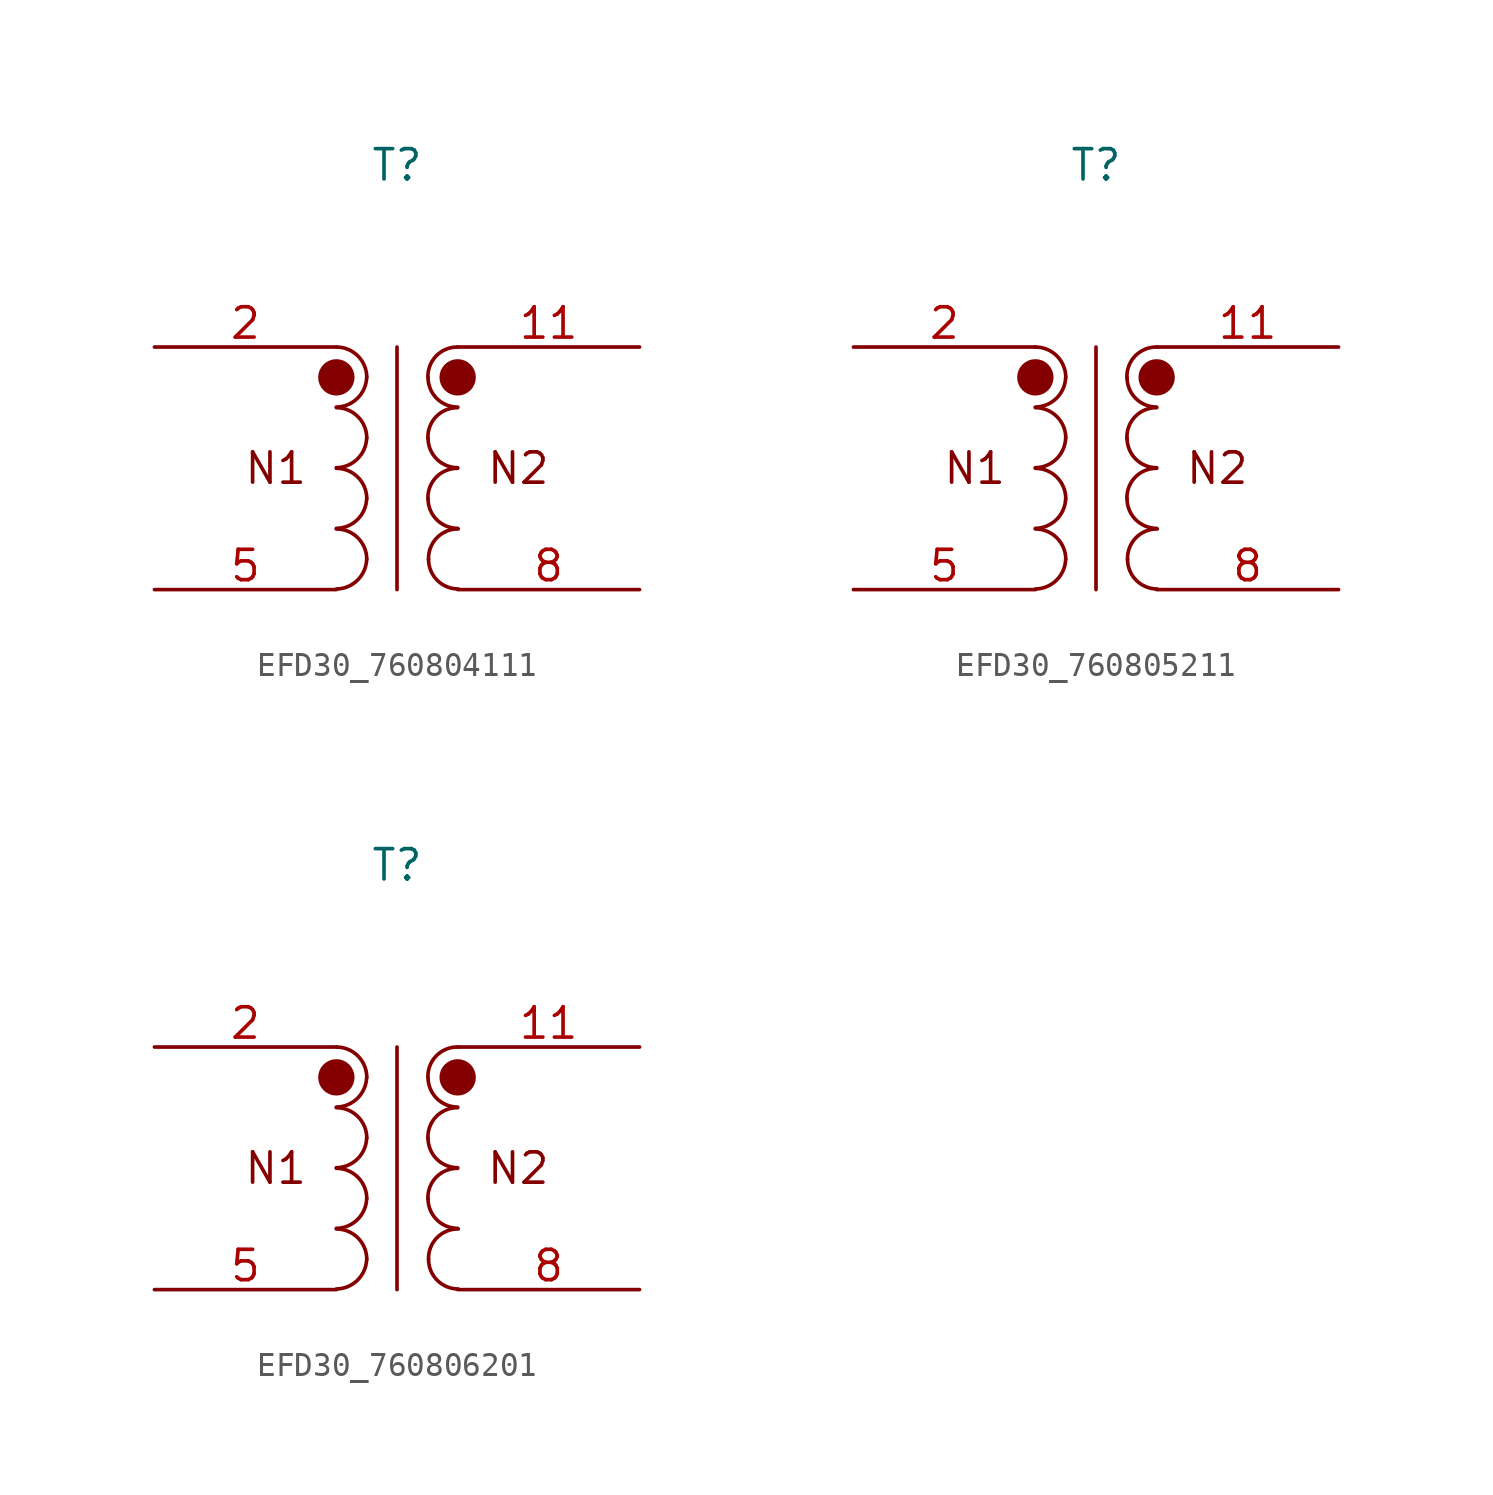
<source format=kicad_sym>
(kicad_symbol_lib
  (version 20220914)
  (generator kicad_symbol_editor)
  (symbol "EFD30_760804111"
    (pin_names hide)
    (property "Reference" "T"
      (at 0 12.7 0)
      (effects (font (size 1.27 1.27))))
    (property "Critical Parameter" ""
      (at 0 -5.08 0)
      (effects (font (size 1.27 1.27)) (justify left)))
    (symbol "EFD30_760804111_0_1"
      (arc (start -2.54 -5.0546) (mid -1.6599 -4.6901) (end -1.27 -3.81) (stroke (width 0) (type default)) (fill (type none)))
      (arc (start -2.54 -2.5146) (mid -1.6599 -2.1501) (end -1.27 -1.27) (stroke (width 0) (type default)) (fill (type none)))
      (arc (start -2.54 0.0254) (mid -1.6599 0.3899) (end -1.27 1.27) (stroke (width 0) (type default)) (fill (type none)))
      (arc (start -2.54 2.5654) (mid -1.6599 2.9299) (end -1.27 3.81) (stroke (width 0) (type default)) (fill (type none)))
      (arc (start -1.27 -3.81) (mid -1.642 -2.912) (end -2.54 -2.54) (stroke (width 0) (type default)) (fill (type none)))
      (arc (start -1.27 -1.27) (mid -1.642 -0.372) (end -2.54 0) (stroke (width 0) (type default)) (fill (type none)))
      (arc (start -1.27 1.27) (mid -1.642 2.168) (end -2.54 2.54) (stroke (width 0) (type default)) (fill (type none)))
      (arc (start -1.27 3.81) (mid -1.642 4.708) (end -2.54 5.08) (stroke (width 0) (type default)) (fill (type none)))
      (polyline (pts (xy 0 5.08) (xy 0 -5.08)) (stroke (width 0) (type default)) (fill (type none)))
      (arc (start 1.2954 -1.27) (mid 1.6599 -2.1501) (end 2.54 -2.5146) (stroke (width 0) (type default)) (fill (type none)))
      (arc (start 1.2954 1.27) (mid 1.6599 0.3899) (end 2.54 0.0254) (stroke (width 0) (type default)) (fill (type none)))
      (arc (start 1.2954 3.81) (mid 1.6599 2.9299) (end 2.54 2.5654) (stroke (width 0) (type default)) (fill (type none)))
      (arc (start 1.3208 -3.81) (mid 1.6853 -4.6901) (end 2.5654 -5.0546) (stroke (width 0) (type default)) (fill (type none)))
      (arc (start 2.54 0) (mid 1.642 -0.372) (end 1.2954 -1.27) (stroke (width 0) (type default)) (fill (type none)))
      (arc (start 2.54 2.54) (mid 1.642 2.168) (end 1.2954 1.27) (stroke (width 0) (type default)) (fill (type none)))
      (arc (start 2.54 5.08) (mid 1.642 4.708) (end 1.2954 3.81) (stroke (width 0) (type default)) (fill (type none)))
      (arc (start 2.5654 -2.54) (mid 1.6674 -2.912) (end 1.3208 -3.81) (stroke (width 0) (type default)) (fill (type none))))
    (symbol "EFD30_760804111_1_1"
      (circle (center -2.54 3.81) (radius 0.0001) (stroke (width 0.762) (type default)) (fill (type none)))
      (circle (center 2.54 3.81) (radius 0.0001) (stroke (width 0.762) (type default)) (fill (type none)))
      (text "N1" (at -5.08 0 0) (effects (font (size 1.27 1.27))))
      (text "N2" (at 5.08 0 0) (effects (font (size 1.27 1.27))))
      (pin passive line (at 10.16 5.08 180) (length 7.62) (name "11" (effects (font (size 1.27 1.27)))) (number "11" (effects (font (size 1.27 1.27)))))
      (pin passive line (at -10.16 5.08 0) (length 7.62) (name "2" (effects (font (size 1.27 1.27)))) (number "2" (effects (font (size 1.27 1.27)))))
      (pin passive line (at -10.16 -5.08 0) (length 7.62) (name "5" (effects (font (size 1.27 1.27)))) (number "5" (effects (font (size 1.27 1.27)))))
      (pin passive line (at 10.16 -5.08 180) (length 7.62) (name "8" (effects (font (size 1.27 1.27)))) (number "8" (effects (font (size 1.27 1.27)))))))
  (symbol "EFD30_760805211"
    (pin_names hide)
    (property "Reference" "T"
      (at 0 12.7 0)
      (effects (font (size 1.27 1.27))))
    (property "Critical Parameter" ""
      (at 0 -5.08 0)
      (effects (font (size 1.27 1.27)) (justify left)))
    (symbol "EFD30_760805211_0_1"
      (arc (start -2.54 -5.0546) (mid -1.6599 -4.6901) (end -1.27 -3.81) (stroke (width 0) (type default)) (fill (type none)))
      (arc (start -2.54 -2.5146) (mid -1.6599 -2.1501) (end -1.27 -1.27) (stroke (width 0) (type default)) (fill (type none)))
      (arc (start -2.54 0.0254) (mid -1.6599 0.3899) (end -1.27 1.27) (stroke (width 0) (type default)) (fill (type none)))
      (arc (start -2.54 2.5654) (mid -1.6599 2.9299) (end -1.27 3.81) (stroke (width 0) (type default)) (fill (type none)))
      (arc (start -1.27 -3.81) (mid -1.642 -2.912) (end -2.54 -2.54) (stroke (width 0) (type default)) (fill (type none)))
      (arc (start -1.27 -1.27) (mid -1.642 -0.372) (end -2.54 0) (stroke (width 0) (type default)) (fill (type none)))
      (arc (start -1.27 1.27) (mid -1.642 2.168) (end -2.54 2.54) (stroke (width 0) (type default)) (fill (type none)))
      (arc (start -1.27 3.81) (mid -1.642 4.708) (end -2.54 5.08) (stroke (width 0) (type default)) (fill (type none)))
      (polyline (pts (xy 0 5.08) (xy 0 -5.08)) (stroke (width 0) (type default)) (fill (type none)))
      (arc (start 1.2954 -1.27) (mid 1.6599 -2.1501) (end 2.54 -2.5146) (stroke (width 0) (type default)) (fill (type none)))
      (arc (start 1.2954 1.27) (mid 1.6599 0.3899) (end 2.54 0.0254) (stroke (width 0) (type default)) (fill (type none)))
      (arc (start 1.2954 3.81) (mid 1.6599 2.9299) (end 2.54 2.5654) (stroke (width 0) (type default)) (fill (type none)))
      (arc (start 1.3208 -3.81) (mid 1.6853 -4.6901) (end 2.5654 -5.0546) (stroke (width 0) (type default)) (fill (type none)))
      (arc (start 2.54 0) (mid 1.642 -0.372) (end 1.2954 -1.27) (stroke (width 0) (type default)) (fill (type none)))
      (arc (start 2.54 2.54) (mid 1.642 2.168) (end 1.2954 1.27) (stroke (width 0) (type default)) (fill (type none)))
      (arc (start 2.54 5.08) (mid 1.642 4.708) (end 1.2954 3.81) (stroke (width 0) (type default)) (fill (type none)))
      (arc (start 2.5654 -2.54) (mid 1.6674 -2.912) (end 1.3208 -3.81) (stroke (width 0) (type default)) (fill (type none))))
    (symbol "EFD30_760805211_1_1"
      (circle (center -2.54 3.81) (radius 0.0001) (stroke (width 0.762) (type default)) (fill (type none)))
      (circle (center 2.54 3.81) (radius 0.0001) (stroke (width 0.762) (type default)) (fill (type none)))
      (text "N1" (at -5.08 0 0) (effects (font (size 1.27 1.27))))
      (text "N2" (at 5.08 0 0) (effects (font (size 1.27 1.27))))
      (pin passive line (at 10.16 5.08 180) (length 7.62) (name "11" (effects (font (size 1.27 1.27)))) (number "11" (effects (font (size 1.27 1.27)))))
      (pin passive line (at -10.16 5.08 0) (length 7.62) (name "2" (effects (font (size 1.27 1.27)))) (number "2" (effects (font (size 1.27 1.27)))))
      (pin passive line (at -10.16 -5.08 0) (length 7.62) (name "5" (effects (font (size 1.27 1.27)))) (number "5" (effects (font (size 1.27 1.27)))))
      (pin passive line (at 10.16 -5.08 180) (length 7.62) (name "8" (effects (font (size 1.27 1.27)))) (number "8" (effects (font (size 1.27 1.27)))))))
  (symbol "EFD30_760806201"
    (pin_names hide)
    (property "Reference" "T"
      (at 0 12.7 0)
      (effects (font (size 1.27 1.27))))
    (property "Critical Parameter" ""
      (at 0 -5.08 0)
      (effects (font (size 1.27 1.27)) (justify left)))
    (symbol "EFD30_760806201_0_1"
      (arc (start -2.54 -5.0546) (mid -1.6599 -4.6901) (end -1.27 -3.81) (stroke (width 0) (type default)) (fill (type none)))
      (arc (start -2.54 -2.5146) (mid -1.6599 -2.1501) (end -1.27 -1.27) (stroke (width 0) (type default)) (fill (type none)))
      (arc (start -2.54 0.0254) (mid -1.6599 0.3899) (end -1.27 1.27) (stroke (width 0) (type default)) (fill (type none)))
      (arc (start -2.54 2.5654) (mid -1.6599 2.9299) (end -1.27 3.81) (stroke (width 0) (type default)) (fill (type none)))
      (arc (start -1.27 -3.81) (mid -1.642 -2.912) (end -2.54 -2.54) (stroke (width 0) (type default)) (fill (type none)))
      (arc (start -1.27 -1.27) (mid -1.642 -0.372) (end -2.54 0) (stroke (width 0) (type default)) (fill (type none)))
      (arc (start -1.27 1.27) (mid -1.642 2.168) (end -2.54 2.54) (stroke (width 0) (type default)) (fill (type none)))
      (arc (start -1.27 3.81) (mid -1.642 4.708) (end -2.54 5.08) (stroke (width 0) (type default)) (fill (type none)))
      (polyline (pts (xy 0 5.08) (xy 0 -5.08)) (stroke (width 0) (type default)) (fill (type none)))
      (arc (start 1.2954 -1.27) (mid 1.6599 -2.1501) (end 2.54 -2.5146) (stroke (width 0) (type default)) (fill (type none)))
      (arc (start 1.2954 1.27) (mid 1.6599 0.3899) (end 2.54 0.0254) (stroke (width 0) (type default)) (fill (type none)))
      (arc (start 1.2954 3.81) (mid 1.6599 2.9299) (end 2.54 2.5654) (stroke (width 0) (type default)) (fill (type none)))
      (arc (start 1.3208 -3.81) (mid 1.6853 -4.6901) (end 2.5654 -5.0546) (stroke (width 0) (type default)) (fill (type none)))
      (arc (start 2.54 0) (mid 1.642 -0.372) (end 1.2954 -1.27) (stroke (width 0) (type default)) (fill (type none)))
      (arc (start 2.54 2.54) (mid 1.642 2.168) (end 1.2954 1.27) (stroke (width 0) (type default)) (fill (type none)))
      (arc (start 2.54 5.08) (mid 1.642 4.708) (end 1.2954 3.81) (stroke (width 0) (type default)) (fill (type none)))
      (arc (start 2.5654 -2.54) (mid 1.6674 -2.912) (end 1.3208 -3.81) (stroke (width 0) (type default)) (fill (type none))))
    (symbol "EFD30_760806201_1_1"
      (circle (center -2.54 3.81) (radius 0.0001) (stroke (width 0.762) (type default)) (fill (type none)))
      (circle (center 2.54 3.81) (radius 0.0001) (stroke (width 0.762) (type default)) (fill (type none)))
      (text "N1" (at -5.08 0 0) (effects (font (size 1.27 1.27))))
      (text "N2" (at 5.08 0 0) (effects (font (size 1.27 1.27))))
      (pin passive line (at 10.16 5.08 180) (length 7.62) (name "11" (effects (font (size 1.27 1.27)))) (number "11" (effects (font (size 1.27 1.27)))))
      (pin passive line (at -10.16 5.08 0) (length 7.62) (name "2" (effects (font (size 1.27 1.27)))) (number "2" (effects (font (size 1.27 1.27)))))
      (pin passive line (at -10.16 -5.08 0) (length 7.62) (name "5" (effects (font (size 1.27 1.27)))) (number "5" (effects (font (size 1.27 1.27)))))
      (pin passive line (at 10.16 -5.08 180) (length 7.62) (name "8" (effects (font (size 1.27 1.27)))) (number "8" (effects (font (size 1.27 1.27))))))))
</source>
